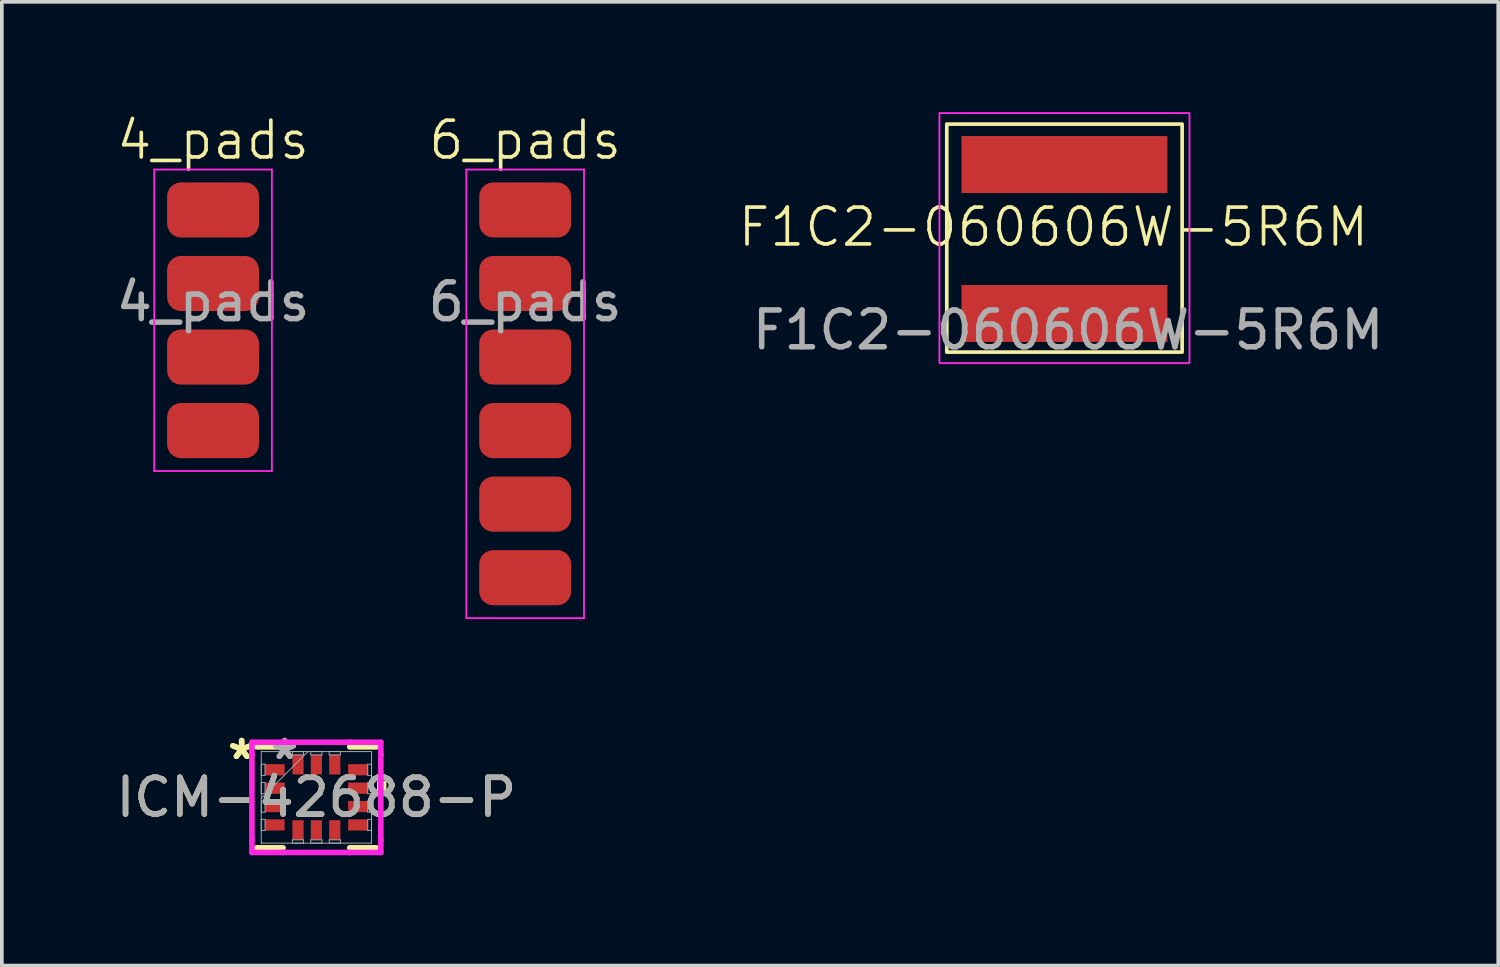
<source format=kicad_pcb>
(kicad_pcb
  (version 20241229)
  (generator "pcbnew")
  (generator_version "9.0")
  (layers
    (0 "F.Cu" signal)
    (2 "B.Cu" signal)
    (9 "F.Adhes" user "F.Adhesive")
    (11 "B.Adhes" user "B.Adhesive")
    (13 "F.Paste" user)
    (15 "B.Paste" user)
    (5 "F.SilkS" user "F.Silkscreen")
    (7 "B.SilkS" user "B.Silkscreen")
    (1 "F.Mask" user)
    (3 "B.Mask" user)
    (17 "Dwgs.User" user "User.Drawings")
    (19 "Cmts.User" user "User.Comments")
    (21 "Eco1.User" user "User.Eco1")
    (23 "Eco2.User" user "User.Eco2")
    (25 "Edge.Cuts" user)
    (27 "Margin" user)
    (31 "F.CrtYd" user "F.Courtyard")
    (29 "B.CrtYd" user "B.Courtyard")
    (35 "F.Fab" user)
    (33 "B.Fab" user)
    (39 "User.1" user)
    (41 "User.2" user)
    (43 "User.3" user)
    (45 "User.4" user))
  (footprint "6_pads"
    (layer "F.Cu")
    (at 11.232 2.66)
    (property "Reference" "6_pads" (at 0 -1.9 0) (unlocked yes) (layer "F.SilkS") (effects (font (size 1 1) (thickness 0.1))))
    (attr smd)
    (fp_line (start -1.6 -1.1) (end -1.6 11.1) (stroke (width 0.05) (type default)) (layer "F.CrtYd"))
    (fp_line (start -1.6 11.1) (end 1.6 11.1) (stroke (width 0.05) (type default)) (layer "F.CrtYd"))
    (fp_line (start 1.6 -1.1) (end -1.6 -1.1) (stroke (width 0.05) (type default)) (layer "F.CrtYd"))
    (fp_line (start 1.6 11.1) (end 1.6 -1.1) (stroke (width 0.05) (type default)) (layer "F.CrtYd"))
    (fp_text user "${REFERENCE}" (at 0 2.5 0) (unlocked yes) (layer "F.Fab") (effects (font (size 1 1) (thickness 0.15))))
    (pad "1" smd roundrect (at 0 0) (size 2.5 1.5) (layers "F.Cu" "F.Mask" "F.Paste") (roundrect_rratio 0.25))
    (pad "2" smd roundrect (at 0 2) (size 2.5 1.5) (layers "F.Cu" "F.Mask" "F.Paste") (roundrect_rratio 0.25))
    (pad "3" smd roundrect (at 0 4) (size 2.5 1.5) (layers "F.Cu" "F.Mask" "F.Paste") (roundrect_rratio 0.25))
    (pad "4" smd roundrect (at 0 6) (size 2.5 1.5) (layers "F.Cu" "F.Mask" "F.Paste") (roundrect_rratio 0.25))
    (pad "5" smd roundrect (at 0 8) (size 2.5 1.5) (layers "F.Cu" "F.Mask" "F.Paste") (roundrect_rratio 0.25))
    (pad "6" smd roundrect (at 0 10) (size 2.5 1.5) (layers "F.Cu" "F.Mask" "F.Paste") (roundrect_rratio 0.25)))
  (footprint "F1C2-060606W-5R6M"
    (layer "F.Cu")
    (at 25.998 3.425)
    (property "Reference" "F1C2-060606W-5R6M" (at -0.4 -0.3 0) (unlocked yes) (layer "F.SilkS") (effects (font (size 1 1) (thickness 0.1))))
    (attr smd)
    (fp_rect (start -3.3 -3.1) (end 3.1 3.1) (stroke (width 0.1) (type default)) (fill no) (layer "F.SilkS"))
    (fp_rect (start -3.5 -3.4) (end 3.3 3.4) (stroke (width 0.05) (type default)) (fill no) (layer "F.CrtYd"))
    (fp_text user "${REFERENCE}" (at 0 2.5 0) (unlocked yes) (layer "F.Fab") (effects (font (size 1 1) (thickness 0.15))))
    (pad "1" smd rect (at -0.1 -2) (size 5.6 1.55) (layers "F.Cu" "F.Mask" "F.Paste"))
    (pad "2" smd rect (at -0.1 2.05) (size 5.6 1.55) (layers "F.Cu" "F.Mask" "F.Paste")))
  (footprint "ICM-42688-P"
    (layer "F.Cu")
    (at 5.554 18.634)
    (property "Reference" "ICM-42688-P" (at 0 0 0) (unlocked yes) (layer "F.SilkS") (effects (font (size 1 1) (thickness 0.15))))
    (attr smd)
    (fp_line (start -1.626 1.372) (end -0.906 1.372) (stroke (width 0.152) (type solid)) (layer "F.SilkS"))
    (fp_line (start -0.906 -1.372) (end -1.626 -1.372) (stroke (width 0.152) (type solid)) (layer "F.SilkS"))
    (fp_line (start 0.906 1.372) (end 1.626 1.372) (stroke (width 0.152) (type solid)) (layer "F.SilkS"))
    (fp_line (start 1.626 -1.372) (end 0.906 -1.372) (stroke (width 0.152) (type solid)) (layer "F.SilkS"))
    (fp_poly (pts (xy 1.905 -0.441) (xy 1.905 -0.059) (xy 1.651 -0.059) (xy 1.651 -0.441)) (stroke (width 0) (type solid)) (fill yes) (layer "F.SilkS"))
    (fp_line (start -1.753 -1.499) (end -0.906 -1.499) (stroke (width 0.152) (type solid)) (layer "F.CrtYd"))
    (fp_line (start -1.753 -1.156) (end -1.753 -1.499) (stroke (width 0.152) (type solid)) (layer "F.CrtYd"))
    (fp_line (start -1.753 -1.156) (end -1.753 -1.156) (stroke (width 0.152) (type solid)) (layer "F.CrtYd"))
    (fp_line (start -1.753 1.156) (end -1.753 -1.156) (stroke (width 0.152) (type solid)) (layer "F.CrtYd"))
    (fp_line (start -1.753 1.156) (end -1.753 1.156) (stroke (width 0.152) (type solid)) (layer "F.CrtYd"))
    (fp_line (start -1.753 1.499) (end -1.753 1.156) (stroke (width 0.152) (type solid)) (layer "F.CrtYd"))
    (fp_line (start -0.906 -1.499) (end -0.906 -1.499) (stroke (width 0.152) (type solid)) (layer "F.CrtYd"))
    (fp_line (start -0.906 -1.499) (end 0.906 -1.499) (stroke (width 0.152) (type solid)) (layer "F.CrtYd"))
    (fp_line (start -0.906 1.499) (end -1.753 1.499) (stroke (width 0.152) (type solid)) (layer "F.CrtYd"))
    (fp_line (start -0.906 1.499) (end -0.906 1.499) (stroke (width 0.152) (type solid)) (layer "F.CrtYd"))
    (fp_line (start 0.906 -1.499) (end 0.906 -1.499) (stroke (width 0.152) (type solid)) (layer "F.CrtYd"))
    (fp_line (start 0.906 -1.499) (end 1.753 -1.499) (stroke (width 0.152) (type solid)) (layer "F.CrtYd"))
    (fp_line (start 0.906 1.499) (end -0.906 1.499) (stroke (width 0.152) (type solid)) (layer "F.CrtYd"))
    (fp_line (start 0.906 1.499) (end 0.906 1.499) (stroke (width 0.152) (type solid)) (layer "F.CrtYd"))
    (fp_line (start 1.753 -1.499) (end 1.753 -1.156) (stroke (width 0.152) (type solid)) (layer "F.CrtYd"))
    (fp_line (start 1.753 -1.156) (end 1.753 -1.156) (stroke (width 0.152) (type solid)) (layer "F.CrtYd"))
    (fp_line (start 1.753 -1.156) (end 1.753 1.156) (stroke (width 0.152) (type solid)) (layer "F.CrtYd"))
    (fp_line (start 1.753 1.156) (end 1.753 1.156) (stroke (width 0.152) (type solid)) (layer "F.CrtYd"))
    (fp_line (start 1.753 1.156) (end 1.753 1.499) (stroke (width 0.152) (type solid)) (layer "F.CrtYd"))
    (fp_line (start 1.753 1.499) (end 0.906 1.499) (stroke (width 0.152) (type solid)) (layer "F.CrtYd"))
    (fp_line (start -1.499 -1.245) (end -1.499 -1.245) (stroke (width 0.025) (type solid)) (layer "F.Fab"))
    (fp_line (start -1.499 -1.245) (end -1.499 1.245) (stroke (width 0.025) (type solid)) (layer "F.Fab"))
    (fp_line (start -1.499 -0.902) (end -1.397 -0.902) (stroke (width 0.025) (type solid)) (layer "F.Fab"))
    (fp_line (start -1.499 -0.598) (end -1.499 -0.902) (stroke (width 0.025) (type solid)) (layer "F.Fab"))
    (fp_line (start -1.499 -0.402) (end -1.397 -0.402) (stroke (width 0.025) (type solid)) (layer "F.Fab"))
    (fp_line (start -1.499 -0.098) (end -1.499 -0.402) (stroke (width 0.025) (type solid)) (layer "F.Fab"))
    (fp_line (start -1.499 0.025) (end -0.229 -1.245) (stroke (width 0.025) (type solid)) (layer "F.Fab"))
    (fp_line (start -1.499 0.098) (end -1.397 0.098) (stroke (width 0.025) (type solid)) (layer "F.Fab"))
    (fp_line (start -1.499 0.402) (end -1.499 0.098) (stroke (width 0.025) (type solid)) (layer "F.Fab"))
    (fp_line (start -1.499 0.598) (end -1.397 0.598) (stroke (width 0.025) (type solid)) (layer "F.Fab"))
    (fp_line (start -1.499 0.902) (end -1.499 0.598) (stroke (width 0.025) (type solid)) (layer "F.Fab"))
    (fp_line (start -1.499 1.245) (end -1.499 1.245) (stroke (width 0.025) (type solid)) (layer "F.Fab"))
    (fp_line (start -1.499 1.245) (end 1.499 1.245) (stroke (width 0.025) (type solid)) (layer "F.Fab"))
    (fp_line (start -1.397 -0.902) (end -1.397 -0.598) (stroke (width 0.025) (type solid)) (layer "F.Fab"))
    (fp_line (start -1.397 -0.598) (end -1.499 -0.598) (stroke (width 0.025) (type solid)) (layer "F.Fab"))
    (fp_line (start -1.397 -0.402) (end -1.397 -0.098) (stroke (width 0.025) (type solid)) (layer "F.Fab"))
    (fp_line (start -1.397 -0.098) (end -1.499 -0.098) (stroke (width 0.025) (type solid)) (layer "F.Fab"))
    (fp_line (start -1.397 0.098) (end -1.397 0.402) (stroke (width 0.025) (type solid)) (layer "F.Fab"))
    (fp_line (start -1.397 0.402) (end -1.499 0.402) (stroke (width 0.025) (type solid)) (layer "F.Fab"))
    (fp_line (start -1.397 0.598) (end -1.397 0.902) (stroke (width 0.025) (type solid)) (layer "F.Fab"))
    (fp_line (start -1.397 0.902) (end -1.499 0.902) (stroke (width 0.025) (type solid)) (layer "F.Fab"))
    (fp_line (start -0.652 -1.245) (end -0.348 -1.245) (stroke (width 0.025) (type solid)) (layer "F.Fab"))
    (fp_line (start -0.652 -1.156) (end -0.652 -1.245) (stroke (width 0.025) (type solid)) (layer "F.Fab"))
    (fp_line (start -0.652 1.156) (end -0.348 1.156) (stroke (width 0.025) (type solid)) (layer "F.Fab"))
    (fp_line (start -0.652 1.245) (end -0.652 1.156) (stroke (width 0.025) (type solid)) (layer "F.Fab"))
    (fp_line (start -0.348 -1.245) (end -0.348 -1.156) (stroke (width 0.025) (type solid)) (layer "F.Fab"))
    (fp_line (start -0.348 -1.156) (end -0.652 -1.156) (stroke (width 0.025) (type solid)) (layer "F.Fab"))
    (fp_line (start -0.348 1.156) (end -0.348 1.245) (stroke (width 0.025) (type solid)) (layer "F.Fab"))
    (fp_line (start -0.348 1.245) (end -0.652 1.245) (stroke (width 0.025) (type solid)) (layer "F.Fab"))
    (fp_line (start -0.152 -1.245) (end 0.152 -1.245) (stroke (width 0.025) (type solid)) (layer "F.Fab"))
    (fp_line (start -0.152 -1.156) (end -0.152 -1.245) (stroke (width 0.025) (type solid)) (layer "F.Fab"))
    (fp_line (start -0.152 1.156) (end 0.152 1.156) (stroke (width 0.025) (type solid)) (layer "F.Fab"))
    (fp_line (start -0.152 1.245) (end -0.152 1.156) (stroke (width 0.025) (type solid)) (layer "F.Fab"))
    (fp_line (start 0.152 -1.245) (end 0.152 -1.156) (stroke (width 0.025) (type solid)) (layer "F.Fab"))
    (fp_line (start 0.152 -1.156) (end -0.152 -1.156) (stroke (width 0.025) (type solid)) (layer "F.Fab"))
    (fp_line (start 0.152 1.156) (end 0.152 1.245) (stroke (width 0.025) (type solid)) (layer "F.Fab"))
    (fp_line (start 0.152 1.245) (end -0.152 1.245) (stroke (width 0.025) (type solid)) (layer "F.Fab"))
    (fp_line (start 0.348 -1.245) (end 0.652 -1.245) (stroke (width 0.025) (type solid)) (layer "F.Fab"))
    (fp_line (start 0.348 -1.156) (end 0.348 -1.245) (stroke (width 0.025) (type solid)) (layer "F.Fab"))
    (fp_line (start 0.348 1.156) (end 0.652 1.156) (stroke (width 0.025) (type solid)) (layer "F.Fab"))
    (fp_line (start 0.348 1.245) (end 0.348 1.156) (stroke (width 0.025) (type solid)) (layer "F.Fab"))
    (fp_line (start 0.652 -1.245) (end 0.652 -1.156) (stroke (width 0.025) (type solid)) (layer "F.Fab"))
    (fp_line (start 0.652 -1.156) (end 0.348 -1.156) (stroke (width 0.025) (type solid)) (layer "F.Fab"))
    (fp_line (start 0.652 1.156) (end 0.652 1.245) (stroke (width 0.025) (type solid)) (layer "F.Fab"))
    (fp_line (start 0.652 1.245) (end 0.348 1.245) (stroke (width 0.025) (type solid)) (layer "F.Fab"))
    (fp_line (start 1.397 -0.902) (end 1.499 -0.902) (stroke (width 0.025) (type solid)) (layer "F.Fab"))
    (fp_line (start 1.397 -0.598) (end 1.397 -0.902) (stroke (width 0.025) (type solid)) (layer "F.Fab"))
    (fp_line (start 1.397 -0.402) (end 1.499 -0.402) (stroke (width 0.025) (type solid)) (layer "F.Fab"))
    (fp_line (start 1.397 -0.098) (end 1.397 -0.402) (stroke (width 0.025) (type solid)) (layer "F.Fab"))
    (fp_line (start 1.397 0.098) (end 1.499 0.098) (stroke (width 0.025) (type solid)) (layer "F.Fab"))
    (fp_line (start 1.397 0.402) (end 1.397 0.098) (stroke (width 0.025) (type solid)) (layer "F.Fab"))
    (fp_line (start 1.397 0.598) (end 1.499 0.598) (stroke (width 0.025) (type solid)) (layer "F.Fab"))
    (fp_line (start 1.397 0.902) (end 1.397 0.598) (stroke (width 0.025) (type solid)) (layer "F.Fab"))
    (fp_line (start 1.499 -1.245) (end -1.499 -1.245) (stroke (width 0.025) (type solid)) (layer "F.Fab"))
    (fp_line (start 1.499 -1.245) (end 1.499 -1.245) (stroke (width 0.025) (type solid)) (layer "F.Fab"))
    (fp_line (start 1.499 -0.902) (end 1.499 -0.598) (stroke (width 0.025) (type solid)) (layer "F.Fab"))
    (fp_line (start 1.499 -0.598) (end 1.397 -0.598) (stroke (width 0.025) (type solid)) (layer "F.Fab"))
    (fp_line (start 1.499 -0.402) (end 1.499 -0.098) (stroke (width 0.025) (type solid)) (layer "F.Fab"))
    (fp_line (start 1.499 -0.098) (end 1.397 -0.098) (stroke (width 0.025) (type solid)) (layer "F.Fab"))
    (fp_line (start 1.499 0.098) (end 1.499 0.402) (stroke (width 0.025) (type solid)) (layer "F.Fab"))
    (fp_line (start 1.499 0.402) (end 1.397 0.402) (stroke (width 0.025) (type solid)) (layer "F.Fab"))
    (fp_line (start 1.499 0.598) (end 1.499 0.902) (stroke (width 0.025) (type solid)) (layer "F.Fab"))
    (fp_line (start 1.499 0.902) (end 1.397 0.902) (stroke (width 0.025) (type solid)) (layer "F.Fab"))
    (fp_line (start 1.499 1.245) (end 1.499 -1.245) (stroke (width 0.025) (type solid)) (layer "F.Fab"))
    (fp_line (start 1.499 1.245) (end 1.499 1.245) (stroke (width 0.025) (type solid)) (layer "F.Fab"))
    (fp_text user "*" (at -2.032 -1 0) (layer "F.SilkS") (effects (font (size 1 1) (thickness 0.15))))
    (fp_text user "*" (at -2.032 -1 0) (unlocked yes) (layer "F.SilkS") (effects (font (size 1 1) (thickness 0.15))))
    (fp_text user "*" (at -0.864 -1 0) (unlocked yes) (layer "F.Fab") (effects (font (size 1 1) (thickness 0.15))))
    (fp_text user "*" (at -0.864 -1 0) (layer "F.Fab") (effects (font (size 1 1) (thickness 0.15))))
    (fp_text user "${REFERENCE}" (at 0 0 0) (unlocked yes) (layer "F.Fab") (effects (font (size 1 1) (thickness 0.15))))
    (pad "1" smd rect (at -1.13 -0.75 90) (size 0.305 0.533) (layers "F.Cu" "F.Mask" "F.Paste"))
    (pad "2" smd rect (at -1.13 -0.25 90) (size 0.305 0.533) (layers "F.Cu" "F.Mask" "F.Paste"))
    (pad "3" smd rect (at -1.13 0.25 90) (size 0.305 0.533) (layers "F.Cu" "F.Mask" "F.Paste"))
    (pad "4" smd rect (at -1.13 0.75 90) (size 0.305 0.533) (layers "F.Cu" "F.Mask" "F.Paste"))
    (pad "5" smd rect (at -0.5 0.889) (size 0.305 0.533) (layers "F.Cu" "F.Mask" "F.Paste"))
    (pad "6" smd rect (at 0 0.889) (size 0.305 0.533) (layers "F.Cu" "F.Mask" "F.Paste"))
    (pad "7" smd rect (at 0.5 0.889) (size 0.305 0.533) (layers "F.Cu" "F.Mask" "F.Paste"))
    (pad "8" smd rect (at 1.13 0.75 90) (size 0.305 0.533) (layers "F.Cu" "F.Mask" "F.Paste"))
    (pad "9" smd rect (at 1.13 0.25 90) (size 0.305 0.533) (layers "F.Cu" "F.Mask" "F.Paste"))
    (pad "10" smd rect (at 1.13 -0.25 90) (size 0.305 0.533) (layers "F.Cu" "F.Mask" "F.Paste"))
    (pad "11" smd rect (at 1.13 -0.75 90) (size 0.305 0.533) (layers "F.Cu" "F.Mask" "F.Paste"))
    (pad "12" smd rect (at 0.5 -0.889) (size 0.305 0.533) (layers "F.Cu" "F.Mask" "F.Paste"))
    (pad "13" smd rect (at 0 -0.889) (size 0.305 0.533) (layers "F.Cu" "F.Mask" "F.Paste"))
    (pad "14" smd rect (at -0.5 -0.889) (size 0.305 0.533) (layers "F.Cu" "F.Mask" "F.Paste")))
  (footprint "4_pads"
    (layer "F.Cu")
    (at 2.744 2.66)
    (property "Reference" "4_pads" (at 0 -1.9 0) (unlocked yes) (layer "F.SilkS") (effects (font (size 1 1) (thickness 0.1))))
    (attr smd)
    (fp_line (start -1.6 -1.1) (end -1.6 7.1) (stroke (width 0.05) (type default)) (layer "F.CrtYd"))
    (fp_line (start -1.6 7.1) (end 1.6 7.1) (stroke (width 0.05) (type default)) (layer "F.CrtYd"))
    (fp_line (start 1.6 -1.1) (end -1.6 -1.1) (stroke (width 0.05) (type default)) (layer "F.CrtYd"))
    (fp_line (start 1.6 7.1) (end 1.6 -1.1) (stroke (width 0.05) (type default)) (layer "F.CrtYd"))
    (fp_text user "${REFERENCE}" (at 0 2.5 0) (unlocked yes) (layer "F.Fab") (effects (font (size 1 1) (thickness 0.15))))
    (pad "1" smd roundrect (at 0 0) (size 2.5 1.5) (layers "F.Cu" "F.Mask" "F.Paste") (roundrect_rratio 0.25))
    (pad "2" smd roundrect (at 0 2) (size 2.5 1.5) (layers "F.Cu" "F.Mask" "F.Paste") (roundrect_rratio 0.25))
    (pad "3" smd roundrect (at 0 4) (size 2.5 1.5) (layers "F.Cu" "F.Mask" "F.Paste") (roundrect_rratio 0.25))
    (pad "4" smd roundrect (at 0 6) (size 2.5 1.5) (layers "F.Cu" "F.Mask" "F.Paste") (roundrect_rratio 0.25)))
  (gr_rect
    (start -3 -3)
    (end 37.694 23.209)
    (stroke (width 0.1) (type default))
    (fill no)
    (layer "Edge.Cuts")))
</source>
